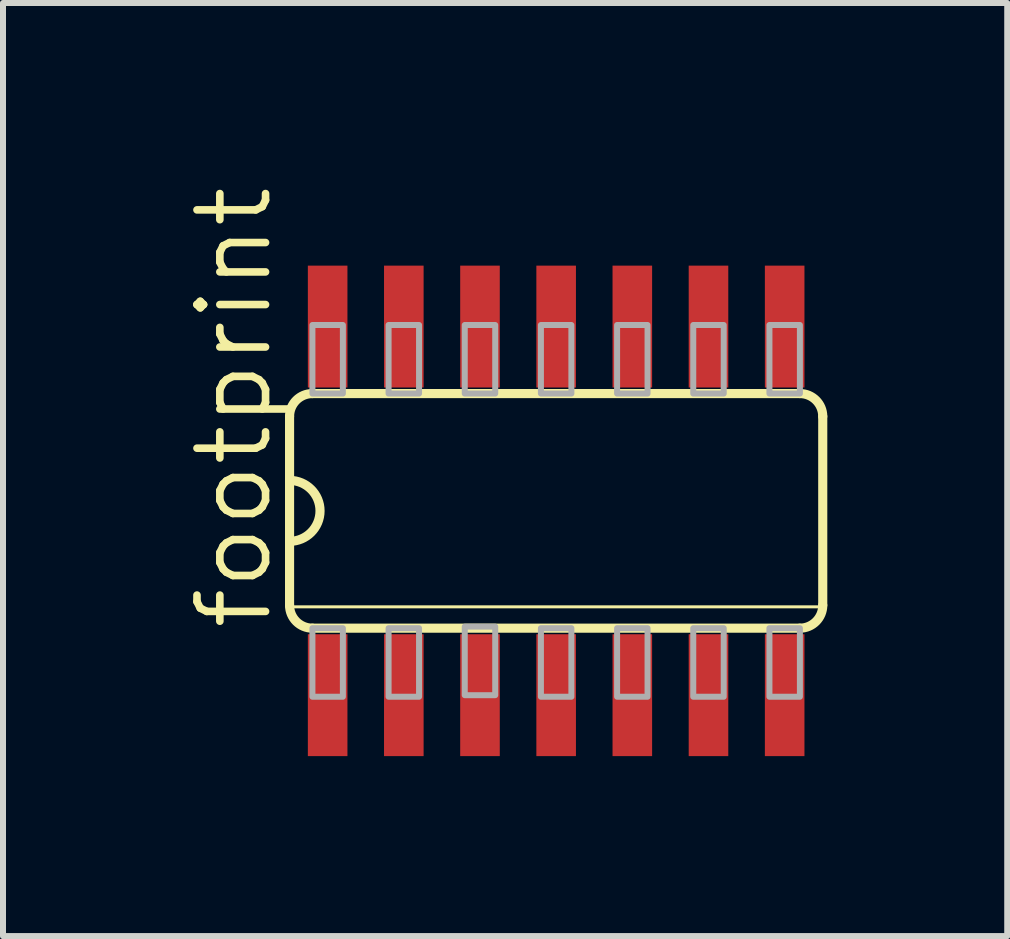
<source format=kicad_pcb>
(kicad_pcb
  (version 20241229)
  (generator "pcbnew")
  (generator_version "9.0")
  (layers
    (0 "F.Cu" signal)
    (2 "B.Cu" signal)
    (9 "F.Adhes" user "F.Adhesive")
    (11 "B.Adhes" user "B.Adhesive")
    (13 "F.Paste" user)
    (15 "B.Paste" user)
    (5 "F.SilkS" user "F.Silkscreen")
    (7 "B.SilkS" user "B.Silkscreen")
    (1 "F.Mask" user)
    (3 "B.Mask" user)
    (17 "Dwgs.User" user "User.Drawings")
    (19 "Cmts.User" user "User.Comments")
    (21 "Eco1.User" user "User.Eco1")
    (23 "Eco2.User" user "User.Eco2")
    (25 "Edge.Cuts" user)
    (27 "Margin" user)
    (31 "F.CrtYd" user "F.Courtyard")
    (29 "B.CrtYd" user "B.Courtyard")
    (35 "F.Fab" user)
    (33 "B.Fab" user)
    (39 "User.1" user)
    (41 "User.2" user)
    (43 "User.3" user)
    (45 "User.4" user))
  (footprint "footprint"
    (layer "F.Cu")
    (at 6.223 5.468)
    (property "Reference" "footprint" (at -4.699 2.032 90) (layer "F.SilkS") (effects (font (size 1.143 1.143) (thickness 0.127)) (justify left bottom)))
    (fp_line (start -4.445 -1.575) (end -4.445 -0.508) (stroke (width 0.152) (type solid)) (layer "F.SilkS"))
    (fp_line (start -4.445 -0.508) (end -4.445 0.508) (stroke (width 0.152) (type solid)) (layer "F.SilkS"))
    (fp_line (start -4.445 0.508) (end -4.445 1.575) (stroke (width 0.152) (type solid)) (layer "F.SilkS"))
    (fp_line (start -4.445 1.6) (end 4.445 1.6) (stroke (width 0.051) (type solid)) (layer "F.SilkS"))
    (fp_line (start -4.064 1.956) (end 4.064 1.956) (stroke (width 0.152) (type solid)) (layer "F.SilkS"))
    (fp_line (start 4.064 -1.956) (end -4.064 -1.956) (stroke (width 0.152) (type solid)) (layer "F.SilkS"))
    (fp_line (start 4.445 1.575) (end 4.445 -1.575) (stroke (width 0.152) (type solid)) (layer "F.SilkS"))
    (fp_arc (start -4.445 -1.5748) (mid -4.333408 -1.844208) (end -4.064 -1.9558) (stroke (width 0.1524) (type solid)) (layer "F.SilkS"))
    (fp_arc (start -4.445 -0.508) (mid -3.937 0) (end -4.445 0.508) (stroke (width 0.1524) (type solid)) (layer "F.SilkS"))
    (fp_arc (start -4.064 1.9558) (mid -4.333408 1.844208) (end -4.445 1.5748) (stroke (width 0.1524) (type solid)) (layer "F.SilkS"))
    (fp_arc (start 4.064 -1.9558) (mid 4.333408 -1.844208) (end 4.445 -1.5748) (stroke (width 0.1524) (type solid)) (layer "F.SilkS"))
    (fp_arc (start 4.445 1.5748) (mid 4.333408 1.844208) (end 4.064 1.9558) (stroke (width 0.1524) (type solid)) (layer "F.SilkS"))
    (fp_poly (pts (xy -4.064 -1.956) (xy -3.556 -1.956) (xy -3.556 -3.099) (xy -4.064 -3.099)) (stroke (width 0.1) (type solid)) (fill no) (layer "F.Fab"))
    (fp_poly (pts (xy -4.064 3.099) (xy -3.556 3.099) (xy -3.556 1.956) (xy -4.064 1.956)) (stroke (width 0.1) (type solid)) (fill no) (layer "F.Fab"))
    (fp_poly (pts (xy -2.794 -1.956) (xy -2.286 -1.956) (xy -2.286 -3.099) (xy -2.794 -3.099)) (stroke (width 0.1) (type solid)) (fill no) (layer "F.Fab"))
    (fp_poly (pts (xy -2.794 3.099) (xy -2.286 3.099) (xy -2.286 1.956) (xy -2.794 1.956)) (stroke (width 0.1) (type solid)) (fill no) (layer "F.Fab"))
    (fp_poly (pts (xy -1.524 -1.956) (xy -1.016 -1.956) (xy -1.016 -3.099) (xy -1.524 -3.099)) (stroke (width 0.1) (type solid)) (fill no) (layer "F.Fab"))
    (fp_poly (pts (xy -1.524 3.073) (xy -1.016 3.073) (xy -1.016 1.93) (xy -1.524 1.93)) (stroke (width 0.1) (type solid)) (fill no) (layer "F.Fab"))
    (fp_poly (pts (xy -0.254 -1.956) (xy 0.254 -1.956) (xy 0.254 -3.099) (xy -0.254 -3.099)) (stroke (width 0.1) (type solid)) (fill no) (layer "F.Fab"))
    (fp_poly (pts (xy -0.254 3.099) (xy 0.254 3.099) (xy 0.254 1.956) (xy -0.254 1.956)) (stroke (width 0.1) (type solid)) (fill no) (layer "F.Fab"))
    (fp_poly (pts (xy 1.016 -1.956) (xy 1.524 -1.956) (xy 1.524 -3.099) (xy 1.016 -3.099)) (stroke (width 0.1) (type solid)) (fill no) (layer "F.Fab"))
    (fp_poly (pts (xy 1.016 3.099) (xy 1.524 3.099) (xy 1.524 1.956) (xy 1.016 1.956)) (stroke (width 0.1) (type solid)) (fill no) (layer "F.Fab"))
    (fp_poly (pts (xy 2.286 -1.956) (xy 2.794 -1.956) (xy 2.794 -3.099) (xy 2.286 -3.099)) (stroke (width 0.1) (type solid)) (fill no) (layer "F.Fab"))
    (fp_poly (pts (xy 2.286 3.099) (xy 2.794 3.099) (xy 2.794 1.956) (xy 2.286 1.956)) (stroke (width 0.1) (type solid)) (fill no) (layer "F.Fab"))
    (fp_poly (pts (xy 3.556 -1.956) (xy 4.064 -1.956) (xy 4.064 -3.099) (xy 3.556 -3.099)) (stroke (width 0.1) (type solid)) (fill no) (layer "F.Fab"))
    (fp_poly (pts (xy 3.556 3.099) (xy 4.064 3.099) (xy 4.064 1.956) (xy 3.556 1.956)) (stroke (width 0.1) (type solid)) (fill no) (layer "F.Fab"))
    (pad "1" smd rect (at -3.81 3.073) (size 0.66 2.032) (layers "F.Cu" "F.Mask" "F.Paste"))
    (pad "2" smd rect (at -2.54 3.073) (size 0.66 2.032) (layers "F.Cu" "F.Mask" "F.Paste"))
    (pad "3" smd rect (at -1.27 3.073) (size 0.66 2.032) (layers "F.Cu" "F.Mask" "F.Paste"))
    (pad "4" smd rect (at 0 3.073) (size 0.66 2.032) (layers "F.Cu" "F.Mask" "F.Paste"))
    (pad "5" smd rect (at 1.27 3.073) (size 0.66 2.032) (layers "F.Cu" "F.Mask" "F.Paste"))
    (pad "6" smd rect (at 2.54 3.073) (size 0.66 2.032) (layers "F.Cu" "F.Mask" "F.Paste"))
    (pad "7" smd rect (at 3.81 3.073) (size 0.66 2.032) (layers "F.Cu" "F.Mask" "F.Paste"))
    (pad "8" smd rect (at 3.81 -3.073) (size 0.66 2.032) (layers "F.Cu" "F.Mask" "F.Paste"))
    (pad "9" smd rect (at 2.54 -3.073) (size 0.66 2.032) (layers "F.Cu" "F.Mask" "F.Paste"))
    (pad "10" smd rect (at 1.27 -3.073) (size 0.66 2.032) (layers "F.Cu" "F.Mask" "F.Paste"))
    (pad "11" smd rect (at 0 -3.073) (size 0.66 2.032) (layers "F.Cu" "F.Mask" "F.Paste"))
    (pad "12" smd rect (at -1.27 -3.073) (size 0.66 2.032) (layers "F.Cu" "F.Mask" "F.Paste"))
    (pad "13" smd rect (at -2.54 -3.073) (size 0.66 2.032) (layers "F.Cu" "F.Mask" "F.Paste"))
    (pad "14" smd rect (at -3.81 -3.073) (size 0.66 2.032) (layers "F.Cu" "F.Mask" "F.Paste")))
  (gr_rect
    (start -3 -3)
    (end 13.744 12.558)
    (stroke (width 0.1) (type default))
    (fill no)
    (layer "Edge.Cuts")))
</source>
